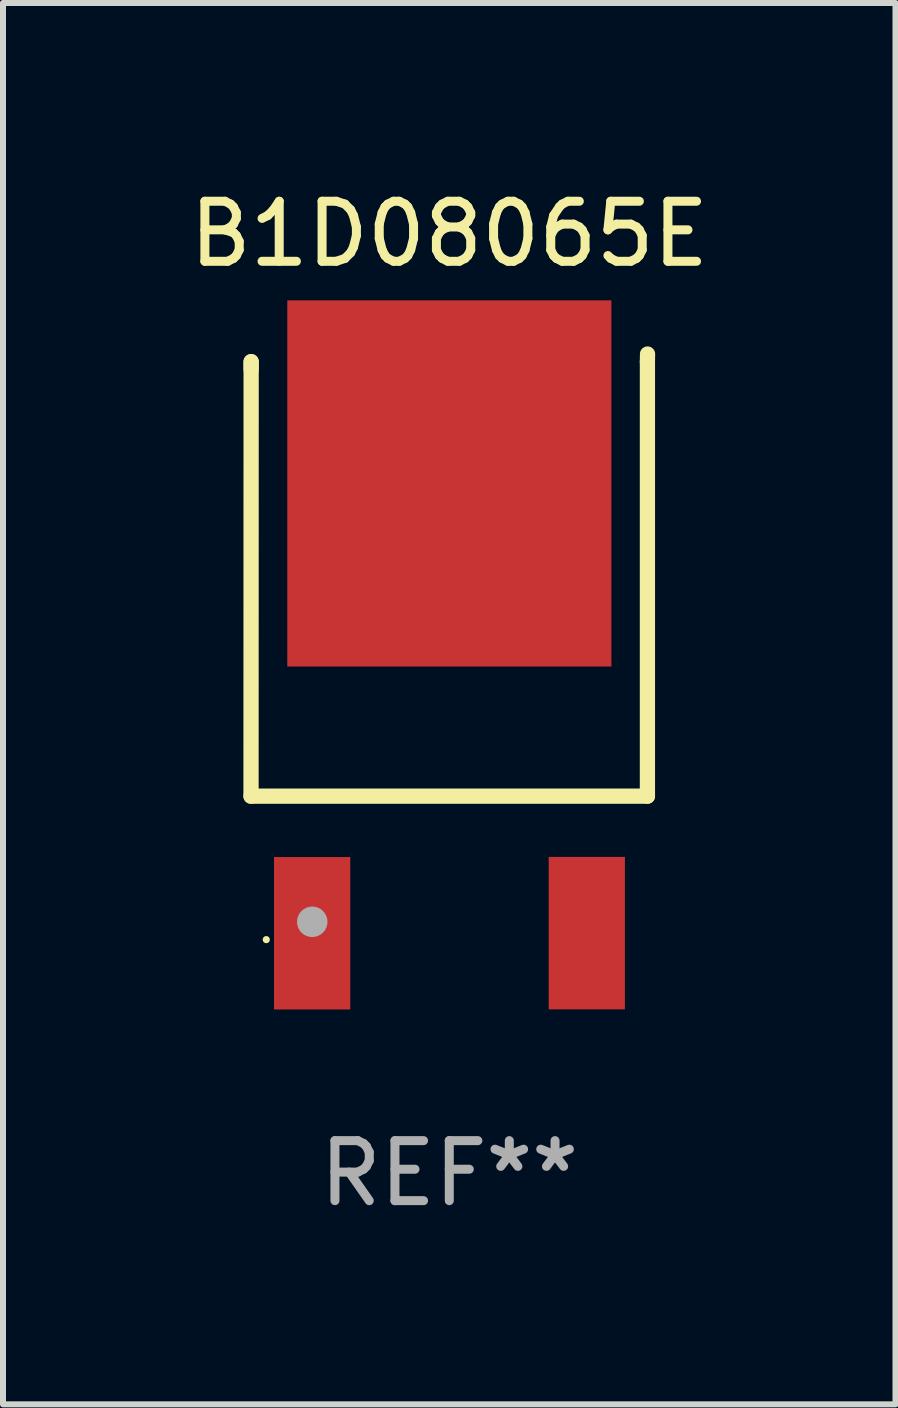
<source format=kicad_pcb>
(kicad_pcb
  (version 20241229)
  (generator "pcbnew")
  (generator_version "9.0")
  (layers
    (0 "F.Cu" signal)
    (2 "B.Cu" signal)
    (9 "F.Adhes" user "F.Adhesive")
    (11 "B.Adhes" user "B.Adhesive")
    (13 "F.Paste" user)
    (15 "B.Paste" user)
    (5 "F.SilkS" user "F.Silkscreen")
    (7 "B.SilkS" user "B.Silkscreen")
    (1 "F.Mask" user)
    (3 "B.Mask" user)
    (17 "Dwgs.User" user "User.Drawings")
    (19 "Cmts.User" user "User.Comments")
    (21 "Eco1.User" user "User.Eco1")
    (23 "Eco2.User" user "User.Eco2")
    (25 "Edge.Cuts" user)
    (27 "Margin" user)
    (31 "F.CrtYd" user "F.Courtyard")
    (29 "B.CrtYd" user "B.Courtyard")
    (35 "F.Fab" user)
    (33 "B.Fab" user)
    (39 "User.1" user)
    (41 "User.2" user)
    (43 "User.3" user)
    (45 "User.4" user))
  (footprint "B1D08065E"
    (layer "F.Cu")
    (at 4.435 7.673)
    (property "Reference" "B1D08065E" (at 0 -6.825 0) (layer "F.SilkS") (effects (font (size 1 1) (thickness 0.15))))
    (attr through_hole)
    (fp_line (start -3.303 2.541) (end 3.301 2.541) (stroke (width 0.254) (type solid)) (layer "F.SilkS"))
    (fp_line (start -3.301 -4.698) (end -3.303 2.541) (stroke (width 0.254) (type solid)) (layer "F.SilkS"))
    (fp_line (start -3.301 -4.571) (end -3.301 -4.698) (stroke (width 0.254) (type solid)) (layer "F.SilkS"))
    (fp_line (start 3.301 -4.698) (end 3.303 -4.825) (stroke (width 0.254) (type solid)) (layer "F.SilkS"))
    (fp_line (start 3.301 2.541) (end 3.301 -4.698) (stroke (width 0.254) (type solid)) (layer "F.SilkS"))
    (fp_circle (center -3.049 4.931) (end -3.019 4.931) (stroke (width 0.06) (type solid)) (fill no) (layer "F.SilkS"))
    (fp_circle (center -2.283 4.634) (end -2.156 4.634) (stroke (width 0.254) (type solid)) (fill no) (layer "F.Fab"))
    (fp_text user "REF**" (at 0 8.825 0) (layer "F.Fab") (effects (font (size 1 1) (thickness 0.15))))
    (pad "1" smd rect (at -2.285 4.825 270) (size 2.54 1.27) (layers "F.Cu" "F.Mask" "F.Paste"))
    (pad "2" smd rect (at 0.001 -2.669 270) (size 6.1 5.4) (layers "F.Cu" "F.Mask" "F.Paste"))
    (pad "3" smd rect (at 2.291 4.823 270) (size 2.54 1.27) (layers "F.Cu" "F.Mask" "F.Paste")))
  (gr_rect
    (start -3 -3)
    (end 11.869 20.346)
    (stroke (width 0.1) (type default))
    (fill no)
    (layer "Edge.Cuts")))
</source>
